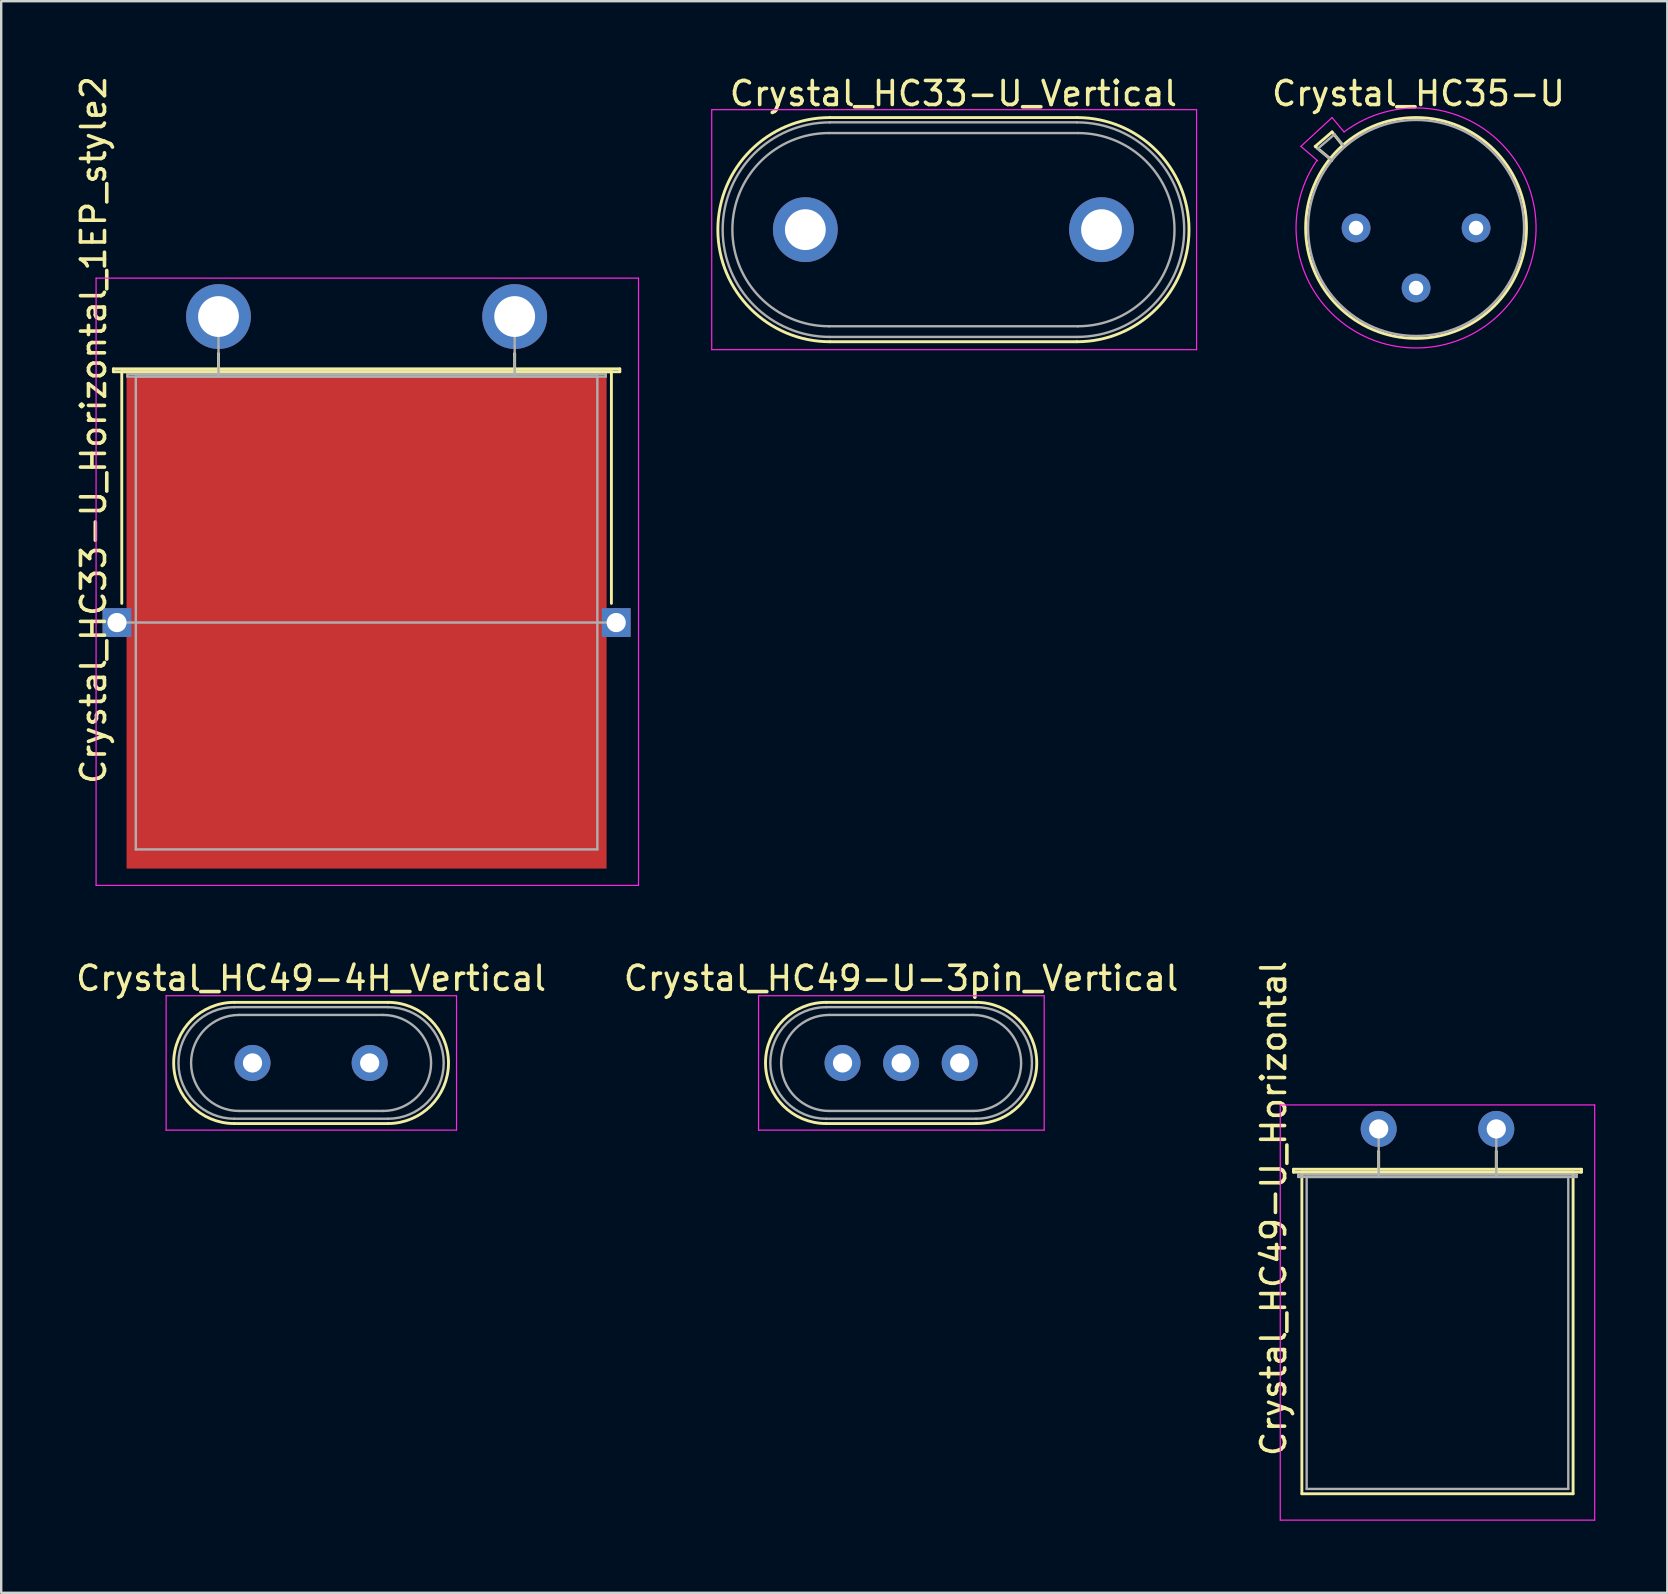
<source format=kicad_pcb>
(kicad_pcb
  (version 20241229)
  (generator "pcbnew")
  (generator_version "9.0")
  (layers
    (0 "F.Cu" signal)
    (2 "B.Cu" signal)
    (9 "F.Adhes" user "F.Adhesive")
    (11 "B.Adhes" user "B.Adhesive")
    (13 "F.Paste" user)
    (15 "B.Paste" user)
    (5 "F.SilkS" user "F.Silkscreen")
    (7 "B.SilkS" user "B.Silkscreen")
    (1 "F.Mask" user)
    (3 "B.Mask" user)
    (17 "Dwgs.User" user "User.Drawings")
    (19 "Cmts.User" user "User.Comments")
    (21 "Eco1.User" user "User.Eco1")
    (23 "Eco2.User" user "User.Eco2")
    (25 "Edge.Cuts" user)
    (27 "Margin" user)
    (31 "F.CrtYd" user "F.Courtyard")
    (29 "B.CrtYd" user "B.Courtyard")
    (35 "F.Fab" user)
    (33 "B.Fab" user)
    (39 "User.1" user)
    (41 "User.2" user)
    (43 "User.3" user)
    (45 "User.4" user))
  (footprint "Crystal_HC33-U_Vertical"
    (layer "F.Cu")
    (at 30.503 6.518)
    (property "Reference" "Crystal_HC33-U_Vertical" (at 6.17 -5.67 0) (layer "F.SilkS") (effects (font (size 1 1) (thickness 0.15))))
    (attr through_hole)
    (fp_line (start 1.025 -4.67) (end 11.315 -4.67) (stroke (width 0.12) (type solid)) (layer "F.SilkS"))
    (fp_line (start 1.025 4.67) (end 11.315 4.67) (stroke (width 0.12) (type solid)) (layer "F.SilkS"))
    (fp_arc (start 1.025 4.67) (mid -3.645 0) (end 1.025 -4.67) (stroke (width 0.12) (type solid)) (layer "F.SilkS"))
    (fp_arc (start 11.315 -4.67) (mid 15.985 0) (end 11.315 4.67) (stroke (width 0.12) (type solid)) (layer "F.SilkS"))
    (fp_line (start -3.9 -5) (end -3.9 5) (stroke (width 0.05) (type solid)) (layer "F.CrtYd"))
    (fp_line (start -3.9 5) (end 16.3 5) (stroke (width 0.05) (type solid)) (layer "F.CrtYd"))
    (fp_line (start 16.3 -5) (end -3.9 -5) (stroke (width 0.05) (type solid)) (layer "F.CrtYd"))
    (fp_line (start 16.3 5) (end 16.3 -5) (stroke (width 0.05) (type solid)) (layer "F.CrtYd"))
    (fp_line (start 0.985 -4.025) (end 11.355 -4.025) (stroke (width 0.1) (type solid)) (layer "F.Fab"))
    (fp_line (start 0.985 4.025) (end 11.355 4.025) (stroke (width 0.1) (type solid)) (layer "F.Fab"))
    (fp_line (start 1.025 -4.47) (end 11.315 -4.47) (stroke (width 0.1) (type solid)) (layer "F.Fab"))
    (fp_line (start 1.025 4.47) (end 11.315 4.47) (stroke (width 0.1) (type solid)) (layer "F.Fab"))
    (fp_arc (start 0.985 4.025) (mid -3.04 0) (end 0.985 -4.025) (stroke (width 0.1) (type solid)) (layer "F.Fab"))
    (fp_arc (start 1.025 4.47) (mid -3.445 0) (end 1.025 -4.47) (stroke (width 0.1) (type solid)) (layer "F.Fab"))
    (fp_arc (start 11.315 -4.47) (mid 15.785 0) (end 11.315 4.47) (stroke (width 0.1) (type solid)) (layer "F.Fab"))
    (fp_arc (start 11.355 -4.025) (mid 15.38 0) (end 11.355 4.025) (stroke (width 0.1) (type solid)) (layer "F.Fab"))
    (pad "1" thru_hole circle (at 0 0) (size 2.7 2.7) (drill 1.7) (layers "*.Cu" "*.Mask"))
    (pad "2" thru_hole circle (at 12.34 0) (size 2.7 2.7) (drill 1.7) (layers "*.Cu" "*.Mask")))
  (footprint "Crystal_HC35-U"
    (layer "F.Cu")
    (at 53.448 6.448)
    (property "Reference" "Crystal_HC35-U" (at 2.6 -5.6 0) (layer "F.SilkS") (effects (font (size 1 1) (thickness 0.15))))
    (attr through_hole)
    (fp_line (start -1.7 -3.4) (end -1 -4) (stroke (width 0.12) (type solid)) (layer "F.SilkS"))
    (fp_line (start -1.1 -2.9) (end -1.7 -3.4) (stroke (width 0.12) (type solid)) (layer "F.SilkS"))
    (fp_line (start -1 -4) (end -0.6 -3.5) (stroke (width 0.12) (type solid)) (layer "F.SilkS"))
    (fp_circle (center 2.5 0) (end 7.1 0) (stroke (width 0.12) (type solid)) (fill no) (layer "F.SilkS"))
    (fp_line (start -2.3 -3.4) (end -1 -4.6) (stroke (width 0.05) (type solid)) (layer "F.CrtYd"))
    (fp_line (start -1.6 -2.8) (end -2.3 -3.4) (stroke (width 0.05) (type solid)) (layer "F.CrtYd"))
    (fp_line (start -1 -4.6) (end -0.5 -4) (stroke (width 0.05) (type solid)) (layer "F.CrtYd"))
    (fp_arc (start -0.5 -4) (mid 6.119047 3.45) (end -1.638828 -2.80537) (stroke (width 0.05) (type solid)) (layer "F.CrtYd"))
    (fp_line (start -1.6 -3.3) (end -0.9 -3.9) (stroke (width 0.1) (type solid)) (layer "F.Fab"))
    (fp_line (start -1 -2.8) (end -1.6 -3.3) (stroke (width 0.1) (type solid)) (layer "F.Fab"))
    (fp_line (start -0.9 -3.9) (end -0.5 -3.4) (stroke (width 0.1) (type solid)) (layer "F.Fab"))
    (fp_circle (center 2.5 0) (end 7 0) (stroke (width 0.1) (type solid)) (fill no) (layer "F.Fab"))
    (pad "1" thru_hole circle (at 0 0) (size 1.2 1.2) (drill 0.6) (layers "*.Cu" "*.Mask"))
    (pad "2" thru_hole circle (at 5 0) (size 1.2 1.2) (drill 0.6) (layers "*.Cu" "*.Mask"))
    (pad "3" thru_hole circle (at 2.5 2.5) (size 1.2 1.2) (drill 0.6) (layers "*.Cu" "*.Mask")))
  (footprint "Crystal_HC33-U_Horizontal_1EP_style2"
    (layer "F.Cu")
    (at 6.053 10.138)
    (property "Reference" "Crystal_HC33-U_Horizontal_1EP_style2" (at -5.205 4.725 90) (layer "F.SilkS") (effects (font (size 1 1) (thickness 0.15))))
    (attr through_hole)
    (fp_line (start -4.38 2.18) (end 16.72 2.18) (stroke (width 0.12) (type solid)) (layer "F.SilkS"))
    (fp_line (start -4.38 2.3) (end -4.38 2.18) (stroke (width 0.12) (type solid)) (layer "F.SilkS"))
    (fp_line (start -4.03 2.3) (end 16.37 2.3) (stroke (width 0.12) (type solid)) (layer "F.SilkS"))
    (fp_line (start -4.03 11.95) (end -4.03 2.3) (stroke (width 0.12) (type solid)) (layer "F.SilkS"))
    (fp_line (start 0 1.55) (end 0 1.55) (stroke (width 0.12) (type solid)) (layer "F.SilkS"))
    (fp_line (start 0 2.3) (end 0 1.55) (stroke (width 0.12) (type solid)) (layer "F.SilkS"))
    (fp_line (start 12.34 1.55) (end 12.34 1.55) (stroke (width 0.12) (type solid)) (layer "F.SilkS"))
    (fp_line (start 12.34 2.3) (end 12.34 1.55) (stroke (width 0.12) (type solid)) (layer "F.SilkS"))
    (fp_line (start 16.37 2.3) (end 16.37 11.95) (stroke (width 0.12) (type solid)) (layer "F.SilkS"))
    (fp_line (start 16.72 2.18) (end 16.72 2.3) (stroke (width 0.12) (type solid)) (layer "F.SilkS"))
    (fp_line (start 16.72 2.3) (end -4.38 2.3) (stroke (width 0.12) (type solid)) (layer "F.SilkS"))
    (fp_line (start -5.1 -1.6) (end -5.1 23.7) (stroke (width 0.05) (type solid)) (layer "F.CrtYd"))
    (fp_line (start -5.1 23.7) (end 17.5 23.7) (stroke (width 0.05) (type solid)) (layer "F.CrtYd"))
    (fp_line (start 17.5 -1.6) (end -5.1 -1.6) (stroke (width 0.05) (type solid)) (layer "F.CrtYd"))
    (fp_line (start 17.5 23.7) (end 17.5 -1.6) (stroke (width 0.05) (type solid)) (layer "F.CrtYd"))
    (fp_line (start -4.23 12.75) (end 16.57 12.75) (stroke (width 0.1) (type solid)) (layer "F.Fab"))
    (fp_line (start -3.795 2.4) (end 16.135 2.4) (stroke (width 0.1) (type solid)) (layer "F.Fab"))
    (fp_line (start -3.795 2.5) (end -3.795 2.4) (stroke (width 0.1) (type solid)) (layer "F.Fab"))
    (fp_line (start -3.445 2.5) (end -3.445 22.2) (stroke (width 0.1) (type solid)) (layer "F.Fab"))
    (fp_line (start -3.445 22.2) (end 15.785 22.2) (stroke (width 0.1) (type solid)) (layer "F.Fab"))
    (fp_line (start 0 1.25) (end 0 0) (stroke (width 0.1) (type solid)) (layer "F.Fab"))
    (fp_line (start 0 2.5) (end 0 1.25) (stroke (width 0.1) (type solid)) (layer "F.Fab"))
    (fp_line (start 12.34 1.25) (end 12.34 0) (stroke (width 0.1) (type solid)) (layer "F.Fab"))
    (fp_line (start 12.34 2.5) (end 12.34 1.25) (stroke (width 0.1) (type solid)) (layer "F.Fab"))
    (fp_line (start 15.785 2.5) (end -3.445 2.5) (stroke (width 0.1) (type solid)) (layer "F.Fab"))
    (fp_line (start 15.785 22.2) (end 15.785 2.5) (stroke (width 0.1) (type solid)) (layer "F.Fab"))
    (fp_line (start 16.135 2.4) (end 16.135 2.5) (stroke (width 0.1) (type solid)) (layer "F.Fab"))
    (fp_line (start 16.135 2.5) (end -3.795 2.5) (stroke (width 0.1) (type solid)) (layer "F.Fab"))
    (pad "1" thru_hole circle (at 0 0) (size 2.7 2.7) (drill 1.7) (layers "*.Cu" "*.Mask"))
    (pad "2" thru_hole circle (at 12.34 0) (size 2.7 2.7) (drill 1.7) (layers "*.Cu" "*.Mask"))
    (pad "3" thru_hole rect (at -4.23 12.75) (size 1.2 1.2) (drill 0.8) (layers "*.Cu" "*.Mask"))
    (pad "3" smd rect (at 6.17 12.75) (size 20 20.5) (layers "F.Cu" "F.Mask"))
    (pad "3" thru_hole rect (at 16.57 12.75) (size 1.2 1.2) (drill 0.8) (layers "*.Cu" "*.Mask")))
  (footprint "Crystal_HC49-U-3pin_Vertical"
    (layer "F.Cu")
    (at 32.054 41.236)
    (property "Reference" "Crystal_HC49-U-3pin_Vertical" (at 2.44 -3.525 0) (layer "F.SilkS") (effects (font (size 1 1) (thickness 0.15))))
    (attr through_hole)
    (fp_line (start -0.685 -2.525) (end 5.565 -2.525) (stroke (width 0.12) (type solid)) (layer "F.SilkS"))
    (fp_line (start -0.685 2.525) (end 5.565 2.525) (stroke (width 0.12) (type solid)) (layer "F.SilkS"))
    (fp_arc (start -0.685 2.525) (mid -3.21 0) (end -0.685 -2.525) (stroke (width 0.12) (type solid)) (layer "F.SilkS"))
    (fp_arc (start 5.565 -2.525) (mid 8.09 0) (end 5.565 2.525) (stroke (width 0.12) (type solid)) (layer "F.SilkS"))
    (fp_line (start -3.5 -2.8) (end -3.5 2.8) (stroke (width 0.05) (type solid)) (layer "F.CrtYd"))
    (fp_line (start -3.5 2.8) (end 8.4 2.8) (stroke (width 0.05) (type solid)) (layer "F.CrtYd"))
    (fp_line (start 8.4 -2.8) (end -3.5 -2.8) (stroke (width 0.05) (type solid)) (layer "F.CrtYd"))
    (fp_line (start 8.4 2.8) (end 8.4 -2.8) (stroke (width 0.05) (type solid)) (layer "F.CrtYd"))
    (fp_line (start -0.685 -2.325) (end 5.565 -2.325) (stroke (width 0.1) (type solid)) (layer "F.Fab"))
    (fp_line (start -0.685 2.325) (end 5.565 2.325) (stroke (width 0.1) (type solid)) (layer "F.Fab"))
    (fp_line (start -0.56 -2) (end 5.44 -2) (stroke (width 0.1) (type solid)) (layer "F.Fab"))
    (fp_line (start -0.56 2) (end 5.44 2) (stroke (width 0.1) (type solid)) (layer "F.Fab"))
    (fp_arc (start -0.685 2.325) (mid -3.01 0) (end -0.685 -2.325) (stroke (width 0.1) (type solid)) (layer "F.Fab"))
    (fp_arc (start -0.56 2) (mid -2.56 0) (end -0.56 -2) (stroke (width 0.1) (type solid)) (layer "F.Fab"))
    (fp_arc (start 5.44 -2) (mid 7.44 0) (end 5.44 2) (stroke (width 0.1) (type solid)) (layer "F.Fab"))
    (fp_arc (start 5.565 -2.325) (mid 7.89 0) (end 5.565 2.325) (stroke (width 0.1) (type solid)) (layer "F.Fab"))
    (pad "1" thru_hole circle (at 0 0) (size 1.5 1.5) (drill 0.8) (layers "*.Cu" "*.Mask"))
    (pad "2" thru_hole circle (at 2.44 0) (size 1.5 1.5) (drill 0.8) (layers "*.Cu" "*.Mask"))
    (pad "3" thru_hole circle (at 4.88 0) (size 1.5 1.5) (drill 0.8) (layers "*.Cu" "*.Mask")))
  (footprint "Crystal_HC49-4H_Vertical"
    (layer "F.Cu")
    (at 7.471 41.236)
    (property "Reference" "Crystal_HC49-4H_Vertical" (at 2.44 -3.525 0) (layer "F.SilkS") (effects (font (size 1 1) (thickness 0.15))))
    (attr through_hole)
    (fp_line (start -0.76 -2.525) (end 5.64 -2.525) (stroke (width 0.12) (type solid)) (layer "F.SilkS"))
    (fp_line (start -0.76 2.525) (end 5.64 2.525) (stroke (width 0.12) (type solid)) (layer "F.SilkS"))
    (fp_arc (start -0.76 2.525) (mid -3.285 0) (end -0.76 -2.525) (stroke (width 0.12) (type solid)) (layer "F.SilkS"))
    (fp_arc (start 5.64 -2.525) (mid 8.165 0) (end 5.64 2.525) (stroke (width 0.12) (type solid)) (layer "F.SilkS"))
    (fp_line (start -3.6 -2.8) (end -3.6 2.8) (stroke (width 0.05) (type solid)) (layer "F.CrtYd"))
    (fp_line (start -3.6 2.8) (end 8.5 2.8) (stroke (width 0.05) (type solid)) (layer "F.CrtYd"))
    (fp_line (start 8.5 -2.8) (end -3.6 -2.8) (stroke (width 0.05) (type solid)) (layer "F.CrtYd"))
    (fp_line (start 8.5 2.8) (end 8.5 -2.8) (stroke (width 0.05) (type solid)) (layer "F.CrtYd"))
    (fp_line (start -0.76 -2.325) (end 5.64 -2.325) (stroke (width 0.1) (type solid)) (layer "F.Fab"))
    (fp_line (start -0.76 2.325) (end 5.64 2.325) (stroke (width 0.1) (type solid)) (layer "F.Fab"))
    (fp_line (start -0.56 -2) (end 5.44 -2) (stroke (width 0.1) (type solid)) (layer "F.Fab"))
    (fp_line (start -0.56 2) (end 5.44 2) (stroke (width 0.1) (type solid)) (layer "F.Fab"))
    (fp_arc (start -0.76 2.325) (mid -3.085 0) (end -0.76 -2.325) (stroke (width 0.1) (type solid)) (layer "F.Fab"))
    (fp_arc (start -0.56 2) (mid -2.56 0) (end -0.56 -2) (stroke (width 0.1) (type solid)) (layer "F.Fab"))
    (fp_arc (start 5.44 -2) (mid 7.44 0) (end 5.44 2) (stroke (width 0.1) (type solid)) (layer "F.Fab"))
    (fp_arc (start 5.64 -2.325) (mid 7.965 0) (end 5.64 2.325) (stroke (width 0.1) (type solid)) (layer "F.Fab"))
    (pad "1" thru_hole circle (at 0 0) (size 1.5 1.5) (drill 0.8) (layers "*.Cu" "*.Mask"))
    (pad "2" thru_hole circle (at 4.88 0) (size 1.5 1.5) (drill 0.8) (layers "*.Cu" "*.Mask")))
  (footprint "Crystal_HC49-U_Horizontal"
    (layer "F.Cu")
    (at 54.39 43.985)
    (property "Reference" "Crystal_HC49-U_Horizontal" (at -4.375 3.312 90) (layer "F.SilkS") (effects (font (size 1 1) (thickness 0.15))))
    (attr through_hole)
    (fp_line (start -3.55 1.68) (end 8.45 1.68) (stroke (width 0.12) (type solid)) (layer "F.SilkS"))
    (fp_line (start -3.55 1.8) (end -3.55 1.68) (stroke (width 0.12) (type solid)) (layer "F.SilkS"))
    (fp_line (start -3.2 1.8) (end -3.2 15.2) (stroke (width 0.12) (type solid)) (layer "F.SilkS"))
    (fp_line (start -3.2 15.2) (end 8.1 15.2) (stroke (width 0.12) (type solid)) (layer "F.SilkS"))
    (fp_line (start 0 0.95) (end 0 0.95) (stroke (width 0.12) (type solid)) (layer "F.SilkS"))
    (fp_line (start 0 1.8) (end 0 0.95) (stroke (width 0.12) (type solid)) (layer "F.SilkS"))
    (fp_line (start 4.9 0.95) (end 4.9 0.95) (stroke (width 0.12) (type solid)) (layer "F.SilkS"))
    (fp_line (start 4.9 1.8) (end 4.9 0.95) (stroke (width 0.12) (type solid)) (layer "F.SilkS"))
    (fp_line (start 8.1 1.8) (end -3.2 1.8) (stroke (width 0.12) (type solid)) (layer "F.SilkS"))
    (fp_line (start 8.1 15.2) (end 8.1 1.8) (stroke (width 0.12) (type solid)) (layer "F.SilkS"))
    (fp_line (start 8.45 1.68) (end 8.45 1.8) (stroke (width 0.12) (type solid)) (layer "F.SilkS"))
    (fp_line (start 8.45 1.8) (end -3.55 1.8) (stroke (width 0.12) (type solid)) (layer "F.SilkS"))
    (fp_line (start -4.1 -1) (end -4.1 16.3) (stroke (width 0.05) (type solid)) (layer "F.CrtYd"))
    (fp_line (start -4.1 16.3) (end 9 16.3) (stroke (width 0.05) (type solid)) (layer "F.CrtYd"))
    (fp_line (start 9 -1) (end -4.1 -1) (stroke (width 0.05) (type solid)) (layer "F.CrtYd"))
    (fp_line (start 9 16.3) (end 9 -1) (stroke (width 0.05) (type solid)) (layer "F.CrtYd"))
    (fp_line (start -3.35 1.9) (end 8.25 1.9) (stroke (width 0.1) (type solid)) (layer "F.Fab"))
    (fp_line (start -3.35 2) (end -3.35 1.9) (stroke (width 0.1) (type solid)) (layer "F.Fab"))
    (fp_line (start -3 2) (end -3 15) (stroke (width 0.1) (type solid)) (layer "F.Fab"))
    (fp_line (start -3 15) (end 7.9 15) (stroke (width 0.1) (type solid)) (layer "F.Fab"))
    (fp_line (start 0 1) (end 0 0) (stroke (width 0.1) (type solid)) (layer "F.Fab"))
    (fp_line (start 0 2) (end 0 1) (stroke (width 0.1) (type solid)) (layer "F.Fab"))
    (fp_line (start 4.9 1) (end 4.9 0) (stroke (width 0.1) (type solid)) (layer "F.Fab"))
    (fp_line (start 4.9 2) (end 4.9 1) (stroke (width 0.1) (type solid)) (layer "F.Fab"))
    (fp_line (start 7.9 2) (end -3 2) (stroke (width 0.1) (type solid)) (layer "F.Fab"))
    (fp_line (start 7.9 15) (end 7.9 2) (stroke (width 0.1) (type solid)) (layer "F.Fab"))
    (fp_line (start 8.25 1.9) (end 8.25 2) (stroke (width 0.1) (type solid)) (layer "F.Fab"))
    (fp_line (start 8.25 2) (end -3.35 2) (stroke (width 0.1) (type solid)) (layer "F.Fab"))
    (pad "1" thru_hole circle (at 0 0) (size 1.5 1.5) (drill 0.8) (layers "*.Cu" "*.Mask"))
    (pad "2" thru_hole circle (at 4.9 0) (size 1.5 1.5) (drill 0.8) (layers "*.Cu" "*.Mask")))
  (gr_rect
    (start -3 -3)
    (end 66.415 63.31)
    (stroke (width 0.1) (type default))
    (fill no)
    (layer "Edge.Cuts")))
</source>
